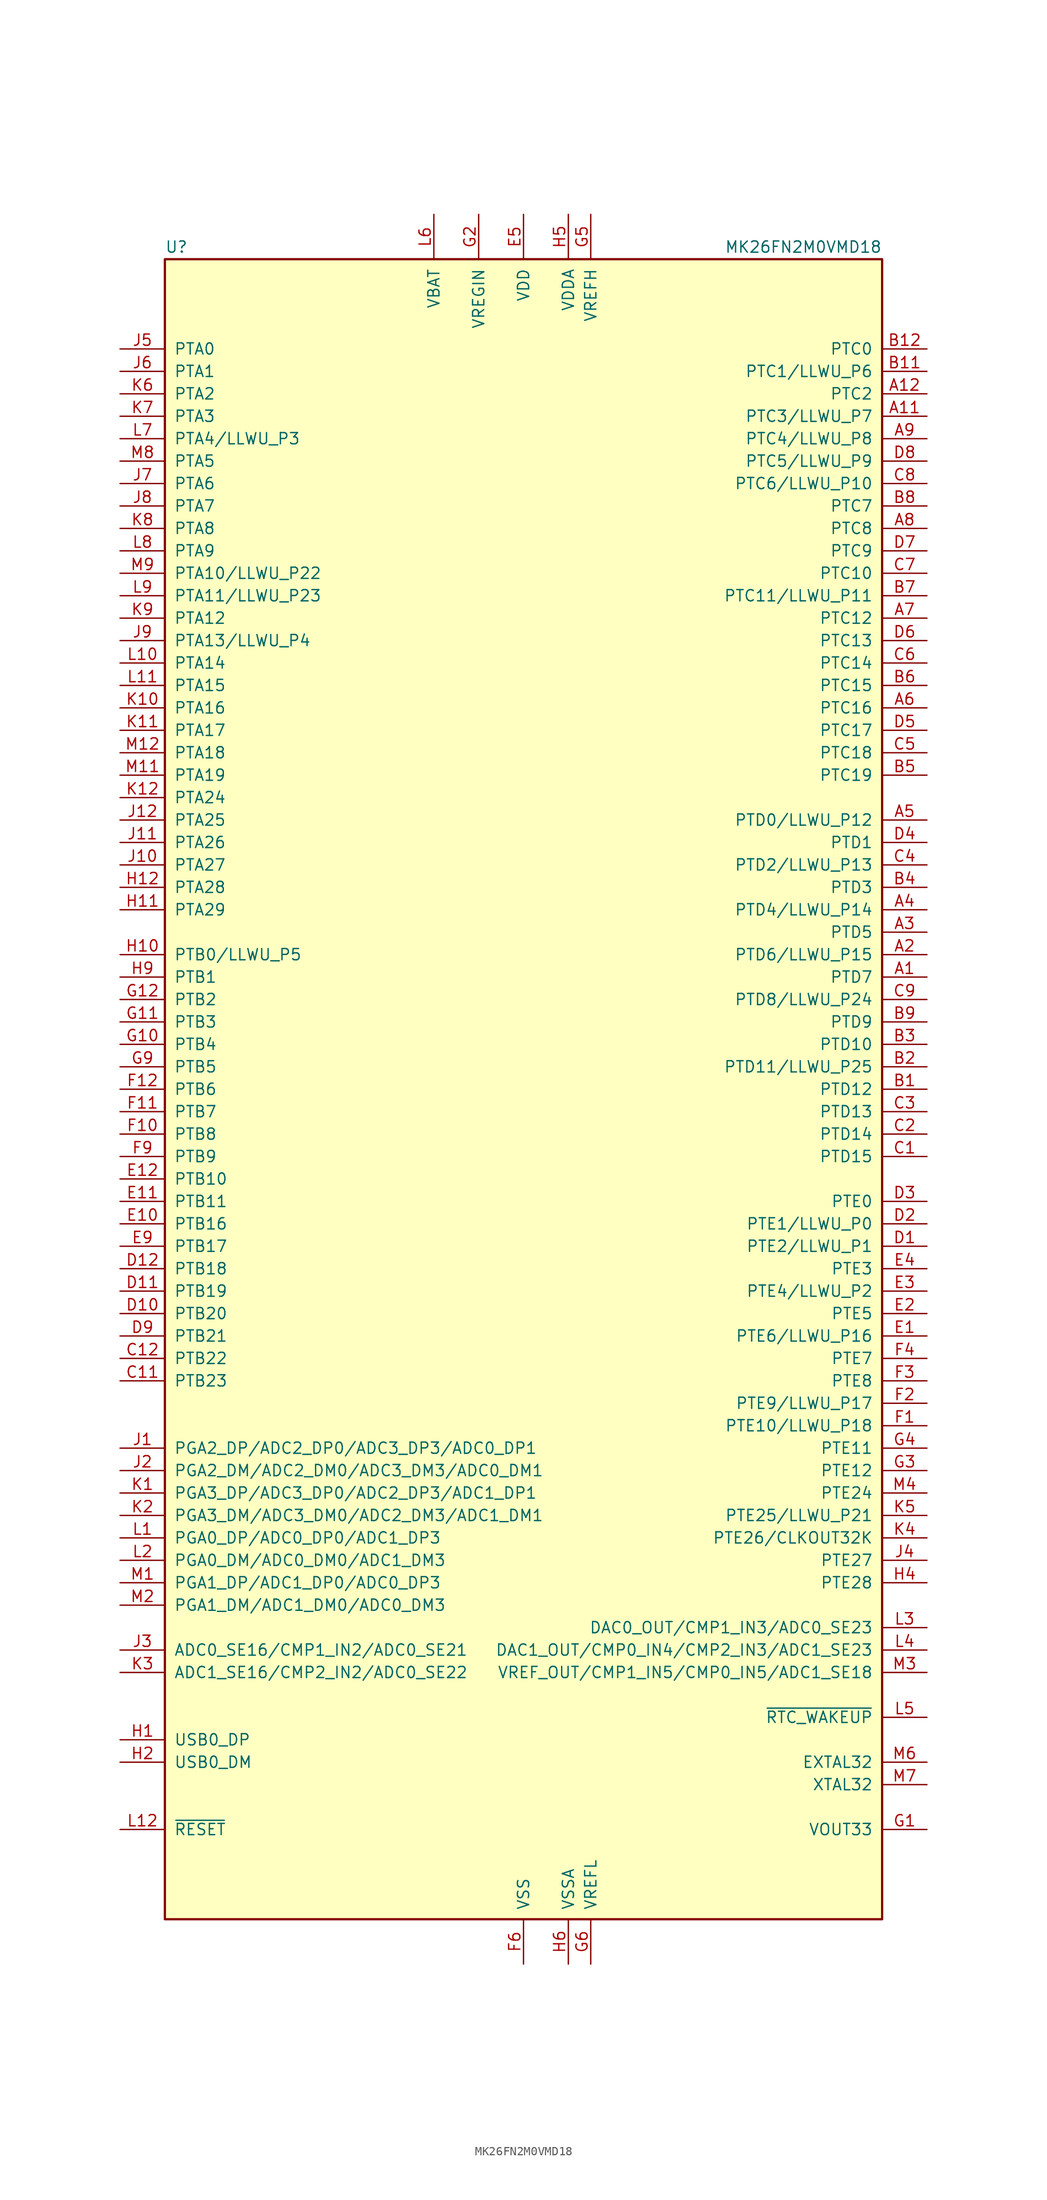
<source format=kicad_sym>
(kicad_symbol_lib
  (version 20211014)
  (generator kicad_symbol_editor)
  (symbol "MK26FN2M0VMD18"
    (pin_names
      (offset 1.016))
    (property "Reference" "U"
      (at -40.64 94.615 0)
      (effects (font (size 1.27 1.27)) (justify left bottom)))
    (property "Value" "MK26FN2M0VMD18"
      (at 40.64 94.615 0)
      (effects (font (size 1.27 1.27)) (justify right bottom)))
    (symbol "MK26FN2M0VMD18_0_1"
      (rectangle (start -40.64 93.98) (end 40.64 -93.98) (stroke (width 0.254) (type default) (color 0 0 0 0)) (fill (type background))))
    (symbol "MK26FN2M0VMD18_1_1"
      (pin bidirectional line (at 45.72 12.7 180) (length 5.08) (name "PTD7" (effects (font (size 1.27 1.27)))) (number "A1" (effects (font (size 1.27 1.27)))))
      (pin no_connect line (at -12.7 -99.06 90) (length 5.08) hide (name "NC" (effects (font (size 1.27 1.27)))) (number "A10" (effects (font (size 1.27 1.27)))))
      (pin bidirectional line (at 45.72 76.2 180) (length 5.08) (name "PTC3/LLWU_P7" (effects (font (size 1.27 1.27)))) (number "A11" (effects (font (size 1.27 1.27)))))
      (pin bidirectional line (at 45.72 78.74 180) (length 5.08) (name "PTC2" (effects (font (size 1.27 1.27)))) (number "A12" (effects (font (size 1.27 1.27)))))
      (pin bidirectional line (at 45.72 15.24 180) (length 5.08) (name "PTD6/LLWU_P15" (effects (font (size 1.27 1.27)))) (number "A2" (effects (font (size 1.27 1.27)))))
      (pin bidirectional line (at 45.72 17.78 180) (length 5.08) (name "PTD5" (effects (font (size 1.27 1.27)))) (number "A3" (effects (font (size 1.27 1.27)))))
      (pin bidirectional line (at 45.72 20.32 180) (length 5.08) (name "PTD4/LLWU_P14" (effects (font (size 1.27 1.27)))) (number "A4" (effects (font (size 1.27 1.27)))))
      (pin bidirectional line (at 45.72 30.48 180) (length 5.08) (name "PTD0/LLWU_P12" (effects (font (size 1.27 1.27)))) (number "A5" (effects (font (size 1.27 1.27)))))
      (pin bidirectional line (at 45.72 43.18 180) (length 5.08) (name "PTC16" (effects (font (size 1.27 1.27)))) (number "A6" (effects (font (size 1.27 1.27)))))
      (pin bidirectional line (at 45.72 53.34 180) (length 5.08) (name "PTC12" (effects (font (size 1.27 1.27)))) (number "A7" (effects (font (size 1.27 1.27)))))
      (pin bidirectional line (at 45.72 63.5 180) (length 5.08) (name "PTC8" (effects (font (size 1.27 1.27)))) (number "A8" (effects (font (size 1.27 1.27)))))
      (pin bidirectional line (at 45.72 73.66 180) (length 5.08) (name "PTC4/LLWU_P8" (effects (font (size 1.27 1.27)))) (number "A9" (effects (font (size 1.27 1.27)))))
      (pin bidirectional line (at 45.72 0 180) (length 5.08) (name "PTD12" (effects (font (size 1.27 1.27)))) (number "B1" (effects (font (size 1.27 1.27)))))
      (pin no_connect line (at -10.16 -99.06 90) (length 5.08) hide (name "NC" (effects (font (size 1.27 1.27)))) (number "B10" (effects (font (size 1.27 1.27)))))
      (pin bidirectional line (at 45.72 81.28 180) (length 5.08) (name "PTC1/LLWU_P6" (effects (font (size 1.27 1.27)))) (number "B11" (effects (font (size 1.27 1.27)))))
      (pin bidirectional line (at 45.72 83.82 180) (length 5.08) (name "PTC0" (effects (font (size 1.27 1.27)))) (number "B12" (effects (font (size 1.27 1.27)))))
      (pin bidirectional line (at 45.72 2.54 180) (length 5.08) (name "PTD11/LLWU_P25" (effects (font (size 1.27 1.27)))) (number "B2" (effects (font (size 1.27 1.27)))))
      (pin bidirectional line (at 45.72 5.08 180) (length 5.08) (name "PTD10" (effects (font (size 1.27 1.27)))) (number "B3" (effects (font (size 1.27 1.27)))))
      (pin bidirectional line (at 45.72 22.86 180) (length 5.08) (name "PTD3" (effects (font (size 1.27 1.27)))) (number "B4" (effects (font (size 1.27 1.27)))))
      (pin bidirectional line (at 45.72 35.56 180) (length 5.08) (name "PTC19" (effects (font (size 1.27 1.27)))) (number "B5" (effects (font (size 1.27 1.27)))))
      (pin bidirectional line (at 45.72 45.72 180) (length 5.08) (name "PTC15" (effects (font (size 1.27 1.27)))) (number "B6" (effects (font (size 1.27 1.27)))))
      (pin bidirectional line (at 45.72 55.88 180) (length 5.08) (name "PTC11/LLWU_P11" (effects (font (size 1.27 1.27)))) (number "B7" (effects (font (size 1.27 1.27)))))
      (pin bidirectional line (at 45.72 66.04 180) (length 5.08) (name "PTC7" (effects (font (size 1.27 1.27)))) (number "B8" (effects (font (size 1.27 1.27)))))
      (pin bidirectional line (at 45.72 7.62 180) (length 5.08) (name "PTD9" (effects (font (size 1.27 1.27)))) (number "B9" (effects (font (size 1.27 1.27)))))
      (pin bidirectional line (at 45.72 -7.62 180) (length 5.08) (name "PTD15" (effects (font (size 1.27 1.27)))) (number "C1" (effects (font (size 1.27 1.27)))))
      (pin no_connect line (at -7.62 -99.06 90) (length 5.08) hide (name "NC" (effects (font (size 1.27 1.27)))) (number "C10" (effects (font (size 1.27 1.27)))))
      (pin bidirectional line (at -45.72 -33.02 0) (length 5.08) (name "PTB23" (effects (font (size 1.27 1.27)))) (number "C11" (effects (font (size 1.27 1.27)))))
      (pin bidirectional line (at -45.72 -30.48 0) (length 5.08) (name "PTB22" (effects (font (size 1.27 1.27)))) (number "C12" (effects (font (size 1.27 1.27)))))
      (pin bidirectional line (at 45.72 -5.08 180) (length 5.08) (name "PTD14" (effects (font (size 1.27 1.27)))) (number "C2" (effects (font (size 1.27 1.27)))))
      (pin bidirectional line (at 45.72 -2.54 180) (length 5.08) (name "PTD13" (effects (font (size 1.27 1.27)))) (number "C3" (effects (font (size 1.27 1.27)))))
      (pin bidirectional line (at 45.72 25.4 180) (length 5.08) (name "PTD2/LLWU_P13" (effects (font (size 1.27 1.27)))) (number "C4" (effects (font (size 1.27 1.27)))))
      (pin bidirectional line (at 45.72 38.1 180) (length 5.08) (name "PTC18" (effects (font (size 1.27 1.27)))) (number "C5" (effects (font (size 1.27 1.27)))))
      (pin bidirectional line (at 45.72 48.26 180) (length 5.08) (name "PTC14" (effects (font (size 1.27 1.27)))) (number "C6" (effects (font (size 1.27 1.27)))))
      (pin bidirectional line (at 45.72 58.42 180) (length 5.08) (name "PTC10" (effects (font (size 1.27 1.27)))) (number "C7" (effects (font (size 1.27 1.27)))))
      (pin bidirectional line (at 45.72 68.58 180) (length 5.08) (name "PTC6/LLWU_P10" (effects (font (size 1.27 1.27)))) (number "C8" (effects (font (size 1.27 1.27)))))
      (pin bidirectional line (at 45.72 10.16 180) (length 5.08) (name "PTD8/LLWU_P24" (effects (font (size 1.27 1.27)))) (number "C9" (effects (font (size 1.27 1.27)))))
      (pin bidirectional line (at 45.72 -17.78 180) (length 5.08) (name "PTE2/LLWU_P1" (effects (font (size 1.27 1.27)))) (number "D1" (effects (font (size 1.27 1.27)))))
      (pin bidirectional line (at -45.72 -25.4 0) (length 5.08) (name "PTB20" (effects (font (size 1.27 1.27)))) (number "D10" (effects (font (size 1.27 1.27)))))
      (pin bidirectional line (at -45.72 -22.86 0) (length 5.08) (name "PTB19" (effects (font (size 1.27 1.27)))) (number "D11" (effects (font (size 1.27 1.27)))))
      (pin bidirectional line (at -45.72 -20.32 0) (length 5.08) (name "PTB18" (effects (font (size 1.27 1.27)))) (number "D12" (effects (font (size 1.27 1.27)))))
      (pin bidirectional line (at 45.72 -15.24 180) (length 5.08) (name "PTE1/LLWU_P0" (effects (font (size 1.27 1.27)))) (number "D2" (effects (font (size 1.27 1.27)))))
      (pin bidirectional line (at 45.72 -12.7 180) (length 5.08) (name "PTE0" (effects (font (size 1.27 1.27)))) (number "D3" (effects (font (size 1.27 1.27)))))
      (pin bidirectional line (at 45.72 27.94 180) (length 5.08) (name "PTD1" (effects (font (size 1.27 1.27)))) (number "D4" (effects (font (size 1.27 1.27)))))
      (pin bidirectional line (at 45.72 40.64 180) (length 5.08) (name "PTC17" (effects (font (size 1.27 1.27)))) (number "D5" (effects (font (size 1.27 1.27)))))
      (pin bidirectional line (at 45.72 50.8 180) (length 5.08) (name "PTC13" (effects (font (size 1.27 1.27)))) (number "D6" (effects (font (size 1.27 1.27)))))
      (pin bidirectional line (at 45.72 60.96 180) (length 5.08) (name "PTC9" (effects (font (size 1.27 1.27)))) (number "D7" (effects (font (size 1.27 1.27)))))
      (pin bidirectional line (at 45.72 71.12 180) (length 5.08) (name "PTC5/LLWU_P9" (effects (font (size 1.27 1.27)))) (number "D8" (effects (font (size 1.27 1.27)))))
      (pin bidirectional line (at -45.72 -27.94 0) (length 5.08) (name "PTB21" (effects (font (size 1.27 1.27)))) (number "D9" (effects (font (size 1.27 1.27)))))
      (pin bidirectional line (at 45.72 -27.94 180) (length 5.08) (name "PTE6/LLWU_P16" (effects (font (size 1.27 1.27)))) (number "E1" (effects (font (size 1.27 1.27)))))
      (pin bidirectional line (at -45.72 -15.24 0) (length 5.08) (name "PTB16" (effects (font (size 1.27 1.27)))) (number "E10" (effects (font (size 1.27 1.27)))))
      (pin bidirectional line (at -45.72 -12.7 0) (length 5.08) (name "PTB11" (effects (font (size 1.27 1.27)))) (number "E11" (effects (font (size 1.27 1.27)))))
      (pin bidirectional line (at -45.72 -10.16 0) (length 5.08) (name "PTB10" (effects (font (size 1.27 1.27)))) (number "E12" (effects (font (size 1.27 1.27)))))
      (pin bidirectional line (at 45.72 -25.4 180) (length 5.08) (name "PTE5" (effects (font (size 1.27 1.27)))) (number "E2" (effects (font (size 1.27 1.27)))))
      (pin bidirectional line (at 45.72 -22.86 180) (length 5.08) (name "PTE4/LLWU_P2" (effects (font (size 1.27 1.27)))) (number "E3" (effects (font (size 1.27 1.27)))))
      (pin bidirectional line (at 45.72 -20.32 180) (length 5.08) (name "PTE3" (effects (font (size 1.27 1.27)))) (number "E4" (effects (font (size 1.27 1.27)))))
      (pin power_in line (at 0 99.06 270) (length 5.08) (name "VDD" (effects (font (size 1.27 1.27)))) (number "E5" (effects (font (size 1.27 1.27)))))
      (pin passive line (at 0 99.06 270) (length 5.08) hide (name "VDD" (effects (font (size 1.27 1.27)))) (number "E6" (effects (font (size 1.27 1.27)))))
      (pin passive line (at 0 99.06 270) (length 5.08) hide (name "VDD" (effects (font (size 1.27 1.27)))) (number "E7" (effects (font (size 1.27 1.27)))))
      (pin passive line (at 0 99.06 270) (length 5.08) hide (name "VDD" (effects (font (size 1.27 1.27)))) (number "E8" (effects (font (size 1.27 1.27)))))
      (pin bidirectional line (at -45.72 -17.78 0) (length 5.08) (name "PTB17" (effects (font (size 1.27 1.27)))) (number "E9" (effects (font (size 1.27 1.27)))))
      (pin bidirectional line (at 45.72 -38.1 180) (length 5.08) (name "PTE10/LLWU_P18" (effects (font (size 1.27 1.27)))) (number "F1" (effects (font (size 1.27 1.27)))))
      (pin bidirectional line (at -45.72 -5.08 0) (length 5.08) (name "PTB8" (effects (font (size 1.27 1.27)))) (number "F10" (effects (font (size 1.27 1.27)))))
      (pin bidirectional line (at -45.72 -2.54 0) (length 5.08) (name "PTB7" (effects (font (size 1.27 1.27)))) (number "F11" (effects (font (size 1.27 1.27)))))
      (pin bidirectional line (at -45.72 0 0) (length 5.08) (name "PTB6" (effects (font (size 1.27 1.27)))) (number "F12" (effects (font (size 1.27 1.27)))))
      (pin bidirectional line (at 45.72 -35.56 180) (length 5.08) (name "PTE9/LLWU_P17" (effects (font (size 1.27 1.27)))) (number "F2" (effects (font (size 1.27 1.27)))))
      (pin bidirectional line (at 45.72 -33.02 180) (length 5.08) (name "PTE8" (effects (font (size 1.27 1.27)))) (number "F3" (effects (font (size 1.27 1.27)))))
      (pin bidirectional line (at 45.72 -30.48 180) (length 5.08) (name "PTE7" (effects (font (size 1.27 1.27)))) (number "F4" (effects (font (size 1.27 1.27)))))
      (pin passive line (at 0 99.06 270) (length 5.08) hide (name "VDD" (effects (font (size 1.27 1.27)))) (number "F5" (effects (font (size 1.27 1.27)))))
      (pin power_in line (at 0 -99.06 90) (length 5.08) (name "VSS" (effects (font (size 1.27 1.27)))) (number "F6" (effects (font (size 1.27 1.27)))))
      (pin passive line (at 0 -99.06 90) (length 5.08) hide (name "VSS" (effects (font (size 1.27 1.27)))) (number "F7" (effects (font (size 1.27 1.27)))))
      (pin passive line (at 0 99.06 270) (length 5.08) hide (name "VDD" (effects (font (size 1.27 1.27)))) (number "F8" (effects (font (size 1.27 1.27)))))
      (pin bidirectional line (at -45.72 -7.62 0) (length 5.08) (name "PTB9" (effects (font (size 1.27 1.27)))) (number "F9" (effects (font (size 1.27 1.27)))))
      (pin power_out line (at 45.72 -83.82 180) (length 5.08) (name "VOUT33" (effects (font (size 1.27 1.27)))) (number "G1" (effects (font (size 1.27 1.27)))))
      (pin bidirectional line (at -45.72 5.08 0) (length 5.08) (name "PTB4" (effects (font (size 1.27 1.27)))) (number "G10" (effects (font (size 1.27 1.27)))))
      (pin bidirectional line (at -45.72 7.62 0) (length 5.08) (name "PTB3" (effects (font (size 1.27 1.27)))) (number "G11" (effects (font (size 1.27 1.27)))))
      (pin bidirectional line (at -45.72 10.16 0) (length 5.08) (name "PTB2" (effects (font (size 1.27 1.27)))) (number "G12" (effects (font (size 1.27 1.27)))))
      (pin power_in line (at -5.08 99.06 270) (length 5.08) (name "VREGIN" (effects (font (size 1.27 1.27)))) (number "G2" (effects (font (size 1.27 1.27)))))
      (pin bidirectional line (at 45.72 -43.18 180) (length 5.08) (name "PTE12" (effects (font (size 1.27 1.27)))) (number "G3" (effects (font (size 1.27 1.27)))))
      (pin bidirectional line (at 45.72 -40.64 180) (length 5.08) (name "PTE11" (effects (font (size 1.27 1.27)))) (number "G4" (effects (font (size 1.27 1.27)))))
      (pin power_in line (at 7.62 99.06 270) (length 5.08) (name "VREFH" (effects (font (size 1.27 1.27)))) (number "G5" (effects (font (size 1.27 1.27)))))
      (pin power_in line (at 7.62 -99.06 90) (length 5.08) (name "VREFL" (effects (font (size 1.27 1.27)))) (number "G6" (effects (font (size 1.27 1.27)))))
      (pin passive line (at 0 -99.06 90) (length 5.08) hide (name "VSS" (effects (font (size 1.27 1.27)))) (number "G7" (effects (font (size 1.27 1.27)))))
      (pin passive line (at 0 -99.06 90) (length 5.08) hide (name "VSS" (effects (font (size 1.27 1.27)))) (number "G8" (effects (font (size 1.27 1.27)))))
      (pin bidirectional line (at -45.72 2.54 0) (length 5.08) (name "PTB5" (effects (font (size 1.27 1.27)))) (number "G9" (effects (font (size 1.27 1.27)))))
      (pin bidirectional line (at -45.72 -73.66 0) (length 5.08) (name "USB0_DP" (effects (font (size 1.27 1.27)))) (number "H1" (effects (font (size 1.27 1.27)))))
      (pin bidirectional line (at -45.72 15.24 0) (length 5.08) (name "PTB0/LLWU_P5" (effects (font (size 1.27 1.27)))) (number "H10" (effects (font (size 1.27 1.27)))))
      (pin bidirectional line (at -45.72 20.32 0) (length 5.08) (name "PTA29" (effects (font (size 1.27 1.27)))) (number "H11" (effects (font (size 1.27 1.27)))))
      (pin bidirectional line (at -45.72 22.86 0) (length 5.08) (name "PTA28" (effects (font (size 1.27 1.27)))) (number "H12" (effects (font (size 1.27 1.27)))))
      (pin bidirectional line (at -45.72 -76.2 0) (length 5.08) (name "USB0_DM" (effects (font (size 1.27 1.27)))) (number "H2" (effects (font (size 1.27 1.27)))))
      (pin passive line (at 0 -99.06 90) (length 5.08) hide (name "VSS" (effects (font (size 1.27 1.27)))) (number "H3" (effects (font (size 1.27 1.27)))))
      (pin bidirectional line (at 45.72 -55.88 180) (length 5.08) (name "PTE28" (effects (font (size 1.27 1.27)))) (number "H4" (effects (font (size 1.27 1.27)))))
      (pin power_in line (at 5.08 99.06 270) (length 5.08) (name "VDDA" (effects (font (size 1.27 1.27)))) (number "H5" (effects (font (size 1.27 1.27)))))
      (pin power_in line (at 5.08 -99.06 90) (length 5.08) (name "VSSA" (effects (font (size 1.27 1.27)))) (number "H6" (effects (font (size 1.27 1.27)))))
      (pin passive line (at 0 -99.06 90) (length 5.08) hide (name "VSS" (effects (font (size 1.27 1.27)))) (number "H7" (effects (font (size 1.27 1.27)))))
      (pin passive line (at 0 -99.06 90) (length 5.08) hide (name "VSS" (effects (font (size 1.27 1.27)))) (number "H8" (effects (font (size 1.27 1.27)))))
      (pin bidirectional line (at -45.72 12.7 0) (length 5.08) (name "PTB1" (effects (font (size 1.27 1.27)))) (number "H9" (effects (font (size 1.27 1.27)))))
      (pin input line (at -45.72 -40.64 0) (length 5.08) (name "PGA2_DP/ADC2_DP0/ADC3_DP3/ADC0_DP1" (effects (font (size 1.27 1.27)))) (number "J1" (effects (font (size 1.27 1.27)))))
      (pin bidirectional line (at -45.72 25.4 0) (length 5.08) (name "PTA27" (effects (font (size 1.27 1.27)))) (number "J10" (effects (font (size 1.27 1.27)))))
      (pin bidirectional line (at -45.72 27.94 0) (length 5.08) (name "PTA26" (effects (font (size 1.27 1.27)))) (number "J11" (effects (font (size 1.27 1.27)))))
      (pin bidirectional line (at -45.72 30.48 0) (length 5.08) (name "PTA25" (effects (font (size 1.27 1.27)))) (number "J12" (effects (font (size 1.27 1.27)))))
      (pin input line (at -45.72 -43.18 0) (length 5.08) (name "PGA2_DM/ADC2_DM0/ADC3_DM3/ADC0_DM1" (effects (font (size 1.27 1.27)))) (number "J2" (effects (font (size 1.27 1.27)))))
      (pin input line (at -45.72 -63.5 0) (length 5.08) (name "ADC0_SE16/CMP1_IN2/ADC0_SE21" (effects (font (size 1.27 1.27)))) (number "J3" (effects (font (size 1.27 1.27)))))
      (pin bidirectional line (at 45.72 -53.34 180) (length 5.08) (name "PTE27" (effects (font (size 1.27 1.27)))) (number "J4" (effects (font (size 1.27 1.27)))))
      (pin bidirectional line (at -45.72 83.82 0) (length 5.08) (name "PTA0" (effects (font (size 1.27 1.27)))) (number "J5" (effects (font (size 1.27 1.27)))))
      (pin bidirectional line (at -45.72 81.28 0) (length 5.08) (name "PTA1" (effects (font (size 1.27 1.27)))) (number "J6" (effects (font (size 1.27 1.27)))))
      (pin bidirectional line (at -45.72 68.58 0) (length 5.08) (name "PTA6" (effects (font (size 1.27 1.27)))) (number "J7" (effects (font (size 1.27 1.27)))))
      (pin bidirectional line (at -45.72 66.04 0) (length 5.08) (name "PTA7" (effects (font (size 1.27 1.27)))) (number "J8" (effects (font (size 1.27 1.27)))))
      (pin bidirectional line (at -45.72 50.8 0) (length 5.08) (name "PTA13/LLWU_P4" (effects (font (size 1.27 1.27)))) (number "J9" (effects (font (size 1.27 1.27)))))
      (pin input line (at -45.72 -45.72 0) (length 5.08) (name "PGA3_DP/ADC3_DP0/ADC2_DP3/ADC1_DP1" (effects (font (size 1.27 1.27)))) (number "K1" (effects (font (size 1.27 1.27)))))
      (pin bidirectional line (at -45.72 43.18 0) (length 5.08) (name "PTA16" (effects (font (size 1.27 1.27)))) (number "K10" (effects (font (size 1.27 1.27)))))
      (pin bidirectional line (at -45.72 40.64 0) (length 5.08) (name "PTA17" (effects (font (size 1.27 1.27)))) (number "K11" (effects (font (size 1.27 1.27)))))
      (pin bidirectional line (at -45.72 33.02 0) (length 5.08) (name "PTA24" (effects (font (size 1.27 1.27)))) (number "K12" (effects (font (size 1.27 1.27)))))
      (pin input line (at -45.72 -48.26 0) (length 5.08) (name "PGA3_DM/ADC3_DM0/ADC2_DM3/ADC1_DM1" (effects (font (size 1.27 1.27)))) (number "K2" (effects (font (size 1.27 1.27)))))
      (pin input line (at -45.72 -66.04 0) (length 5.08) (name "ADC1_SE16/CMP2_IN2/ADC0_SE22" (effects (font (size 1.27 1.27)))) (number "K3" (effects (font (size 1.27 1.27)))))
      (pin bidirectional line (at 45.72 -50.8 180) (length 5.08) (name "PTE26/CLKOUT32K" (effects (font (size 1.27 1.27)))) (number "K4" (effects (font (size 1.27 1.27)))))
      (pin bidirectional line (at 45.72 -48.26 180) (length 5.08) (name "PTE25/LLWU_P21" (effects (font (size 1.27 1.27)))) (number "K5" (effects (font (size 1.27 1.27)))))
      (pin bidirectional line (at -45.72 78.74 0) (length 5.08) (name "PTA2" (effects (font (size 1.27 1.27)))) (number "K6" (effects (font (size 1.27 1.27)))))
      (pin bidirectional line (at -45.72 76.2 0) (length 5.08) (name "PTA3" (effects (font (size 1.27 1.27)))) (number "K7" (effects (font (size 1.27 1.27)))))
      (pin bidirectional line (at -45.72 63.5 0) (length 5.08) (name "PTA8" (effects (font (size 1.27 1.27)))) (number "K8" (effects (font (size 1.27 1.27)))))
      (pin bidirectional line (at -45.72 53.34 0) (length 5.08) (name "PTA12" (effects (font (size 1.27 1.27)))) (number "K9" (effects (font (size 1.27 1.27)))))
      (pin input line (at -45.72 -50.8 0) (length 5.08) (name "PGA0_DP/ADC0_DP0/ADC1_DP3" (effects (font (size 1.27 1.27)))) (number "L1" (effects (font (size 1.27 1.27)))))
      (pin bidirectional line (at -45.72 48.26 0) (length 5.08) (name "PTA14" (effects (font (size 1.27 1.27)))) (number "L10" (effects (font (size 1.27 1.27)))))
      (pin bidirectional line (at -45.72 45.72 0) (length 5.08) (name "PTA15" (effects (font (size 1.27 1.27)))) (number "L11" (effects (font (size 1.27 1.27)))))
      (pin bidirectional line (at -45.72 -83.82 0) (length 5.08) (name "~{RESET}" (effects (font (size 1.27 1.27)))) (number "L12" (effects (font (size 1.27 1.27)))))
      (pin input line (at -45.72 -53.34 0) (length 5.08) (name "PGA0_DM/ADC0_DM0/ADC1_DM3" (effects (font (size 1.27 1.27)))) (number "L2" (effects (font (size 1.27 1.27)))))
      (pin bidirectional line (at 45.72 -60.96 180) (length 5.08) (name "DAC0_OUT/CMP1_IN3/ADC0_SE23" (effects (font (size 1.27 1.27)))) (number "L3" (effects (font (size 1.27 1.27)))))
      (pin bidirectional line (at 45.72 -63.5 180) (length 5.08) (name "DAC1_OUT/CMP0_IN4/CMP2_IN3/ADC1_SE23" (effects (font (size 1.27 1.27)))) (number "L4" (effects (font (size 1.27 1.27)))))
      (pin output line (at 45.72 -71.12 180) (length 5.08) (name "~{RTC_WAKEUP}" (effects (font (size 1.27 1.27)))) (number "L5" (effects (font (size 1.27 1.27)))))
      (pin power_in line (at -10.16 99.06 270) (length 5.08) (name "VBAT" (effects (font (size 1.27 1.27)))) (number "L6" (effects (font (size 1.27 1.27)))))
      (pin bidirectional line (at -45.72 73.66 0) (length 5.08) (name "PTA4/LLWU_P3" (effects (font (size 1.27 1.27)))) (number "L7" (effects (font (size 1.27 1.27)))))
      (pin bidirectional line (at -45.72 60.96 0) (length 5.08) (name "PTA9" (effects (font (size 1.27 1.27)))) (number "L8" (effects (font (size 1.27 1.27)))))
      (pin bidirectional line (at -45.72 55.88 0) (length 5.08) (name "PTA11/LLWU_P23" (effects (font (size 1.27 1.27)))) (number "L9" (effects (font (size 1.27 1.27)))))
      (pin input line (at -45.72 -55.88 0) (length 5.08) (name "PGA1_DP/ADC1_DP0/ADC0_DP3" (effects (font (size 1.27 1.27)))) (number "M1" (effects (font (size 1.27 1.27)))))
      (pin passive line (at 0 -99.06 90) (length 5.08) hide (name "VSS" (effects (font (size 1.27 1.27)))) (number "M10" (effects (font (size 1.27 1.27)))))
      (pin bidirectional line (at -45.72 35.56 0) (length 5.08) (name "PTA19" (effects (font (size 1.27 1.27)))) (number "M11" (effects (font (size 1.27 1.27)))))
      (pin bidirectional line (at -45.72 38.1 0) (length 5.08) (name "PTA18" (effects (font (size 1.27 1.27)))) (number "M12" (effects (font (size 1.27 1.27)))))
      (pin input line (at -45.72 -58.42 0) (length 5.08) (name "PGA1_DM/ADC1_DM0/ADC0_DM3" (effects (font (size 1.27 1.27)))) (number "M2" (effects (font (size 1.27 1.27)))))
      (pin bidirectional line (at 45.72 -66.04 180) (length 5.08) (name "VREF_OUT/CMP1_IN5/CMP0_IN5/ADC1_SE18" (effects (font (size 1.27 1.27)))) (number "M3" (effects (font (size 1.27 1.27)))))
      (pin bidirectional line (at 45.72 -45.72 180) (length 5.08) (name "PTE24" (effects (font (size 1.27 1.27)))) (number "M4" (effects (font (size 1.27 1.27)))))
      (pin no_connect line (at -5.08 -99.06 90) (length 5.08) hide (name "NC" (effects (font (size 1.27 1.27)))) (number "M5" (effects (font (size 1.27 1.27)))))
      (pin input line (at 45.72 -76.2 180) (length 5.08) (name "EXTAL32" (effects (font (size 1.27 1.27)))) (number "M6" (effects (font (size 1.27 1.27)))))
      (pin output line (at 45.72 -78.74 180) (length 5.08) (name "XTAL32" (effects (font (size 1.27 1.27)))) (number "M7" (effects (font (size 1.27 1.27)))))
      (pin bidirectional line (at -45.72 71.12 0) (length 5.08) (name "PTA5" (effects (font (size 1.27 1.27)))) (number "M8" (effects (font (size 1.27 1.27)))))
      (pin bidirectional line (at -45.72 58.42 0) (length 5.08) (name "PTA10/LLWU_P22" (effects (font (size 1.27 1.27)))) (number "M9" (effects (font (size 1.27 1.27))))))))
</source>
